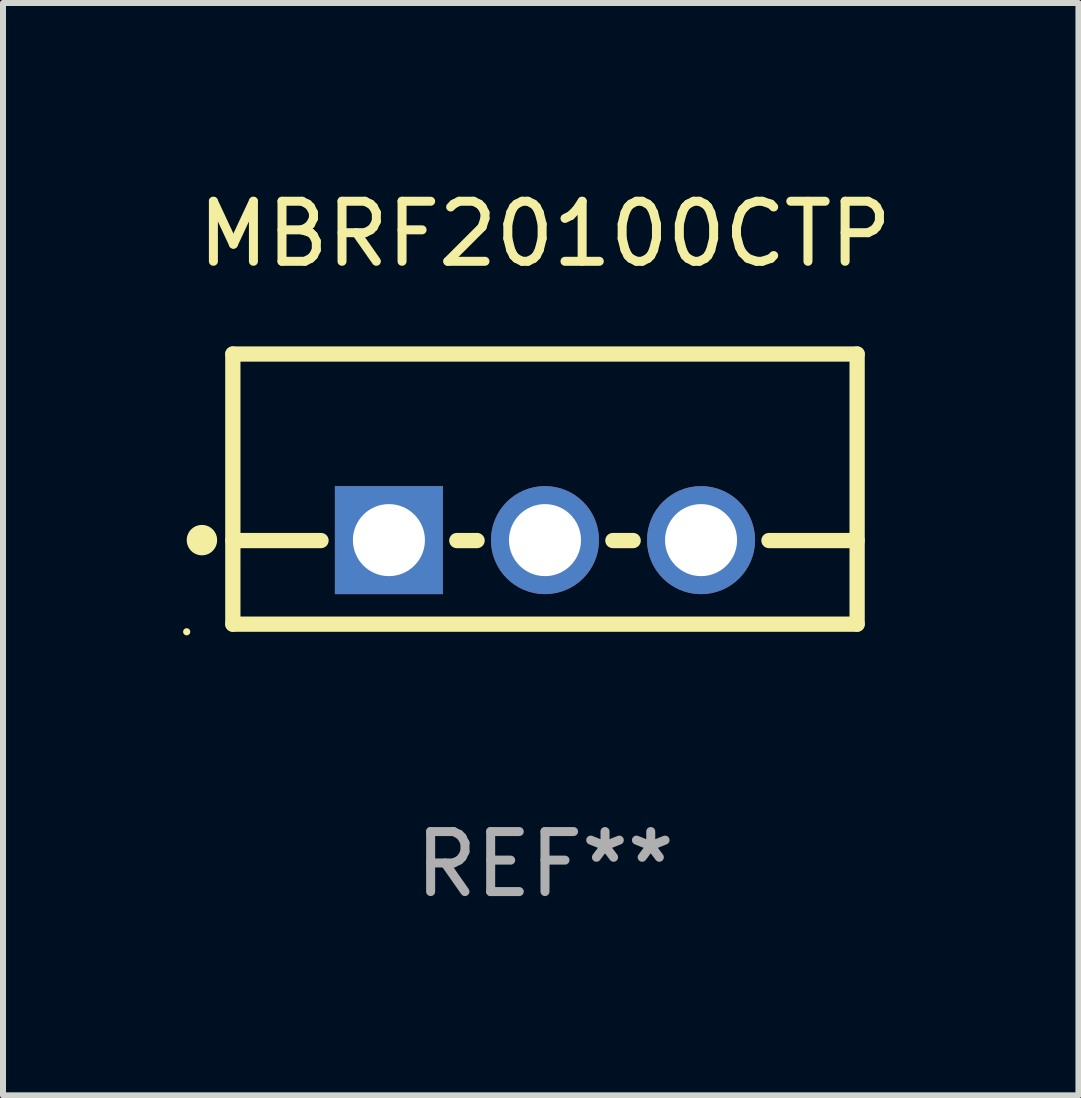
<source format=kicad_pcb>
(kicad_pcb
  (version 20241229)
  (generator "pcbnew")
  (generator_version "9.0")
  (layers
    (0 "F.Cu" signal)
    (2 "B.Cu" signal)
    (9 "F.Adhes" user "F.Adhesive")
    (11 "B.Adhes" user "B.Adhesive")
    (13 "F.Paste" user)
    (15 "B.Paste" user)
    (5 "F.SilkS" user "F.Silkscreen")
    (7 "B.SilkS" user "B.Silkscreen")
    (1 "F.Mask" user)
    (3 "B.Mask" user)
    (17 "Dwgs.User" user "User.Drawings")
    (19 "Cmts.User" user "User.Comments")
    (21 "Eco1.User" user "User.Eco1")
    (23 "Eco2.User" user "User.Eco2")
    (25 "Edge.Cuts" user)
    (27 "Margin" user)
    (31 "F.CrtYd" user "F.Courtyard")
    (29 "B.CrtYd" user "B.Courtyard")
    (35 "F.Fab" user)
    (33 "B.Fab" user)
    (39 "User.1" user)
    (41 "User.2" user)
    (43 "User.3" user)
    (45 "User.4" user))
  (footprint "MBRF20100CTP"
    (layer "F.Cu")
    (at 6.029 5.098)
    (property "Reference" "MBRF20100CTP" (at 0 -4.25 0) (layer "F.SilkS") (effects (font (size 1 1) (thickness 0.15))))
    (attr through_hole)
    (fp_line (start -5.2 -2.25) (end -5.2 2.25) (stroke (width 0.254) (type solid)) (layer "F.SilkS"))
    (fp_line (start -5.2 -2.25) (end 5.2 -2.25) (stroke (width 0.254) (type solid)) (layer "F.SilkS"))
    (fp_line (start -5.2 0.857) (end -3.731 0.857) (stroke (width 0.254) (type solid)) (layer "F.SilkS"))
    (fp_line (start -5.2 2.25) (end 5.2 2.25) (stroke (width 0.254) (type solid)) (layer "F.SilkS"))
    (fp_line (start -1.469 0.857) (end -1.131 0.857) (stroke (width 0.254) (type solid)) (layer "F.SilkS"))
    (fp_line (start 1.131 0.857) (end 1.469 0.857) (stroke (width 0.254) (type solid)) (layer "F.SilkS"))
    (fp_line (start 3.731 0.857) (end 5.2 0.857) (stroke (width 0.254) (type solid)) (layer "F.SilkS"))
    (fp_line (start 5.2 -2.25) (end 5.2 2.25) (stroke (width 0.254) (type solid)) (layer "F.SilkS"))
    (fp_circle (center -5.969 2.377) (end -5.939 2.377) (stroke (width 0.06) (type solid)) (fill no) (layer "F.SilkS"))
    (fp_circle (center -5.715 0.85) (end -5.588 0.85) (stroke (width 0.254) (type solid)) (fill no) (layer "F.SilkS"))
    (fp_text user "REF**" (at 0 6.25 0) (layer "F.Fab") (effects (font (size 1 1) (thickness 0.15))))
    (pad "1" thru_hole rect (at -2.6 0.85) (size 1.8 1.8) (drill 1.2) (layers "*.Cu" "*.Mask"))
    (pad "2" thru_hole circle (at 0 0.85) (size 1.8 1.8) (drill 1.2) (layers "*.Cu" "*.Mask"))
    (pad "3" thru_hole circle (at 2.6 0.85) (size 1.8 1.8) (drill 1.2) (layers "*.Cu" "*.Mask")))
  (gr_rect
    (start -3 -3)
    (end 14.916 15.197)
    (stroke (width 0.1) (type default))
    (fill no)
    (layer "Edge.Cuts")))
</source>
